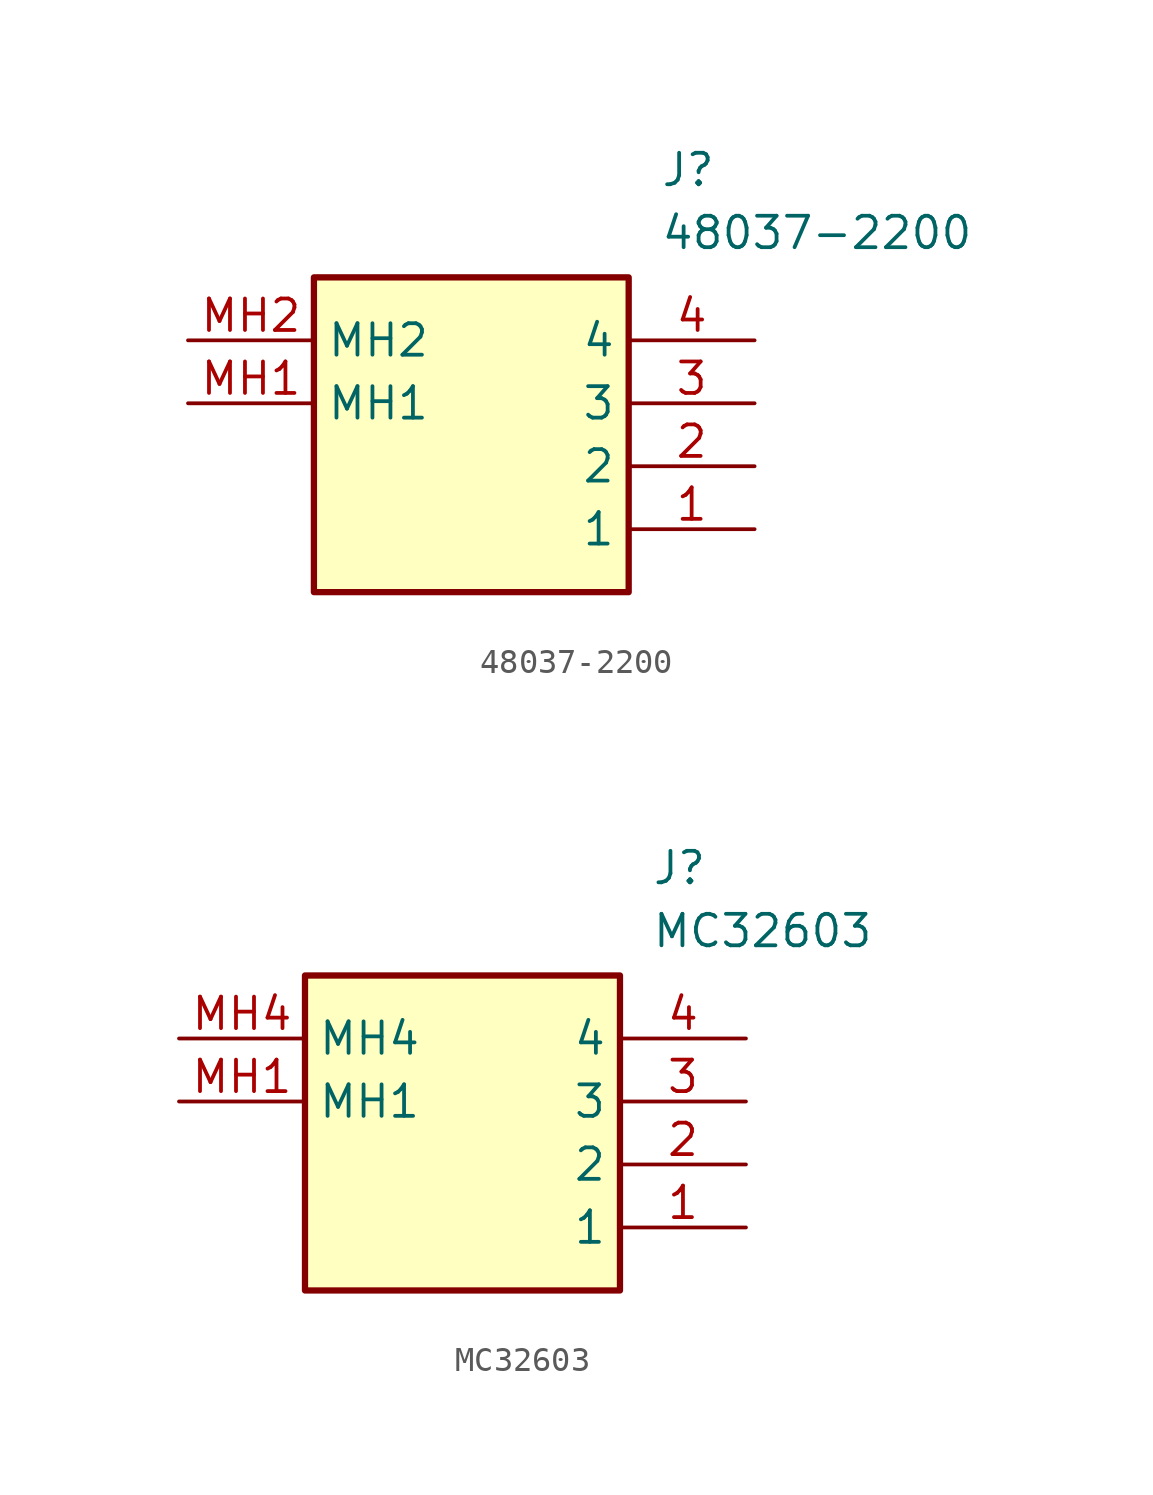
<source format=kicad_sym>
(kicad_symbol_lib
  (version 20220914)
  (generator SamacSys_ECAD_Model)
  (symbol "48037-2200"
    (property "Reference" "J"
      (at 19.05 7.62 0)
      (effects (font (size 1.27 1.27)) (justify left top)))
    (property "Value" "48037-2200"
      (at 19.05 5.08 0)
      (effects (font (size 1.27 1.27)) (justify left top)))
    (rectangle
      (start 5.08 2.54)
      (end 17.78 -10.16)
      (stroke (width 0.254) (type default))
      (fill (type background)))
    (pin passive line
      (at 22.86 -7.62 180)
      (length 5.08)
      (name "1" (effects (font (size 1.27 1.27))))
      (number "1" (effects (font (size 1.27 1.27)))))
    (pin passive line
      (at 22.86 -5.08 180)
      (length 5.08)
      (name "2" (effects (font (size 1.27 1.27))))
      (number "2" (effects (font (size 1.27 1.27)))))
    (pin passive line
      (at 22.86 -2.54 180)
      (length 5.08)
      (name "3" (effects (font (size 1.27 1.27))))
      (number "3" (effects (font (size 1.27 1.27)))))
    (pin passive line
      (at 22.86 0 180)
      (length 5.08)
      (name "4" (effects (font (size 1.27 1.27))))
      (number "4" (effects (font (size 1.27 1.27)))))
    (pin passive line
      (at 0 -2.54 0)
      (length 5.08)
      (name "MH1" (effects (font (size 1.27 1.27))))
      (number "MH1" (effects (font (size 1.27 1.27)))))
    (pin passive line
      (at 0 0 0)
      (length 5.08)
      (name "MH2" (effects (font (size 1.27 1.27))))
      (number "MH2" (effects (font (size 1.27 1.27))))))
  (symbol "MC32603"
    (property "Reference" "J"
      (at 19.05 7.62 0)
      (effects (font (size 1.27 1.27)) (justify left top)))
    (property "Value" "MC32603"
      (at 19.05 5.08 0)
      (effects (font (size 1.27 1.27)) (justify left top)))
    (rectangle
      (start 5.08 2.54)
      (end 17.78 -10.16)
      (stroke (width 0.254) (type default))
      (fill (type background)))
    (pin passive line
      (at 22.86 -7.62 180)
      (length 5.08)
      (name "1" (effects (font (size 1.27 1.27))))
      (number "1" (effects (font (size 1.27 1.27)))))
    (pin passive line
      (at 22.86 -5.08 180)
      (length 5.08)
      (name "2" (effects (font (size 1.27 1.27))))
      (number "2" (effects (font (size 1.27 1.27)))))
    (pin passive line
      (at 22.86 -2.54 180)
      (length 5.08)
      (name "3" (effects (font (size 1.27 1.27))))
      (number "3" (effects (font (size 1.27 1.27)))))
    (pin passive line
      (at 22.86 0 180)
      (length 5.08)
      (name "4" (effects (font (size 1.27 1.27))))
      (number "4" (effects (font (size 1.27 1.27)))))
    (pin passive line
      (at 0 -2.54 0)
      (length 5.08)
      (name "MH1" (effects (font (size 1.27 1.27))))
      (number "MH1" (effects (font (size 1.27 1.27)))))
    (pin passive line
      (at 0 0 0)
      (length 5.08)
      (name "MH4" (effects (font (size 1.27 1.27))))
      (number "MH4" (effects (font (size 1.27 1.27)))))))
</source>
